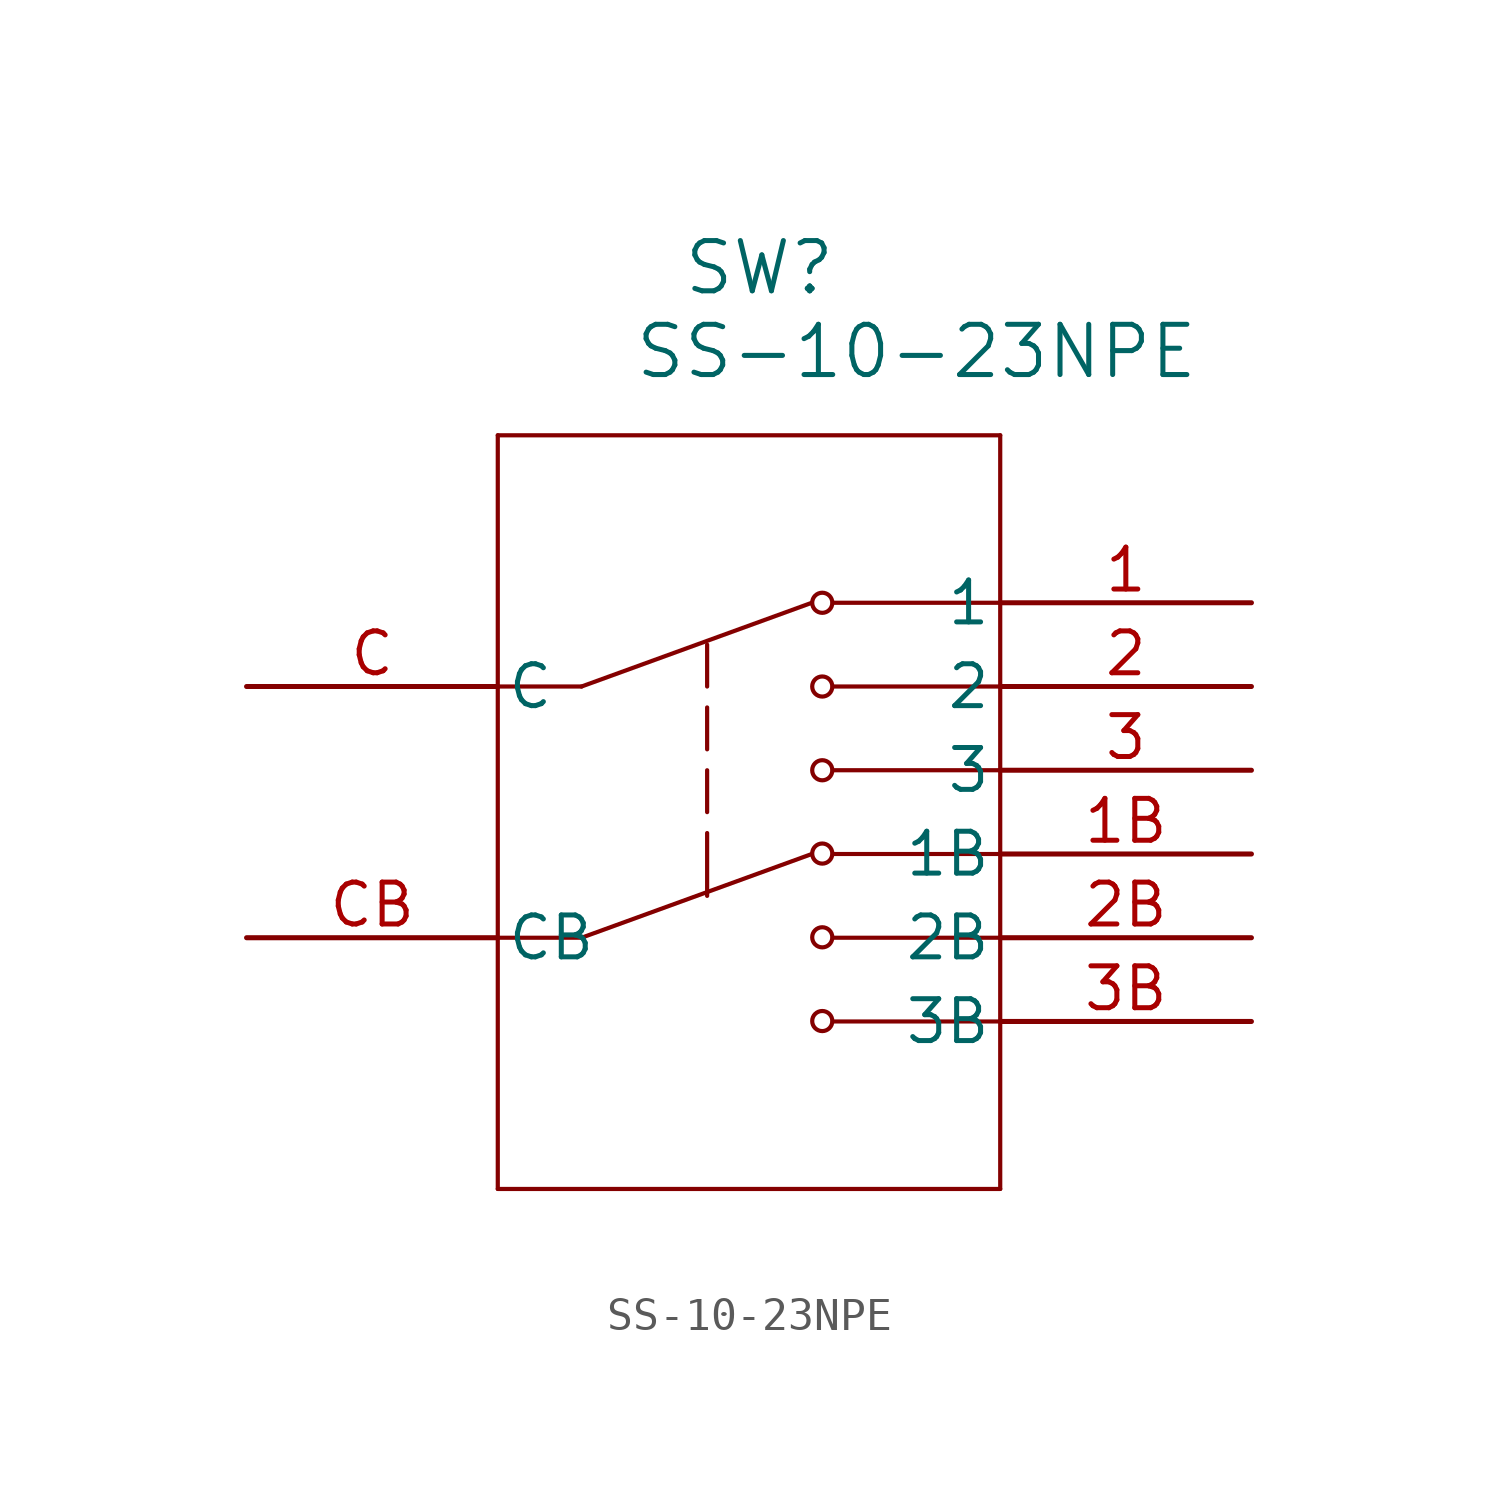
<source format=kicad_sym>
(kicad_symbol_lib
  (version 20211014)
  (generator kicad_symbol_editor)
  (symbol "SS-10-23NPE"
    (pin_names
      (offset 0.254))
    (property "Reference" "SW"
      (at 15.557 12.7 0)
      (effects (font (size 1.524 1.524))))
    (property "Value" "SS-10-23NPE"
      (at 20.32 10.16 0)
      (effects (font (size 1.524 1.524))))
    (symbol "SS-10-23NPE_0_1"
      (polyline (pts (xy 7.62 7.62) (xy 7.62 -15.24)) (stroke (width 0.127) (type default) (color 0 0 0 0)) (fill (type none)))
      (polyline (pts (xy 7.62 -15.24) (xy 22.86 -15.24)) (stroke (width 0.127) (type default) (color 0 0 0 0)) (fill (type none)))
      (polyline (pts (xy 22.86 -15.24) (xy 22.86 7.62)) (stroke (width 0.127) (type default) (color 0 0 0 0)) (fill (type none)))
      (polyline (pts (xy 22.86 7.62) (xy 7.62 7.62)) (stroke (width 0.127) (type default) (color 0 0 0 0)) (fill (type none)))
      (polyline (pts (xy 22.86 2.54) (xy 17.78 2.54)) (stroke (width 0.127) (type default) (color 0 0 0 0)) (fill (type none)))
      (polyline (pts (xy 22.86 0) (xy 17.78 0)) (stroke (width 0.127) (type default) (color 0 0 0 0)) (fill (type none)))
      (polyline (pts (xy 22.86 -2.54) (xy 17.78 -2.54)) (stroke (width 0.127) (type default) (color 0 0 0 0)) (fill (type none)))
      (polyline (pts (xy 22.86 -5.08) (xy 17.78 -5.08)) (stroke (width 0.127) (type default) (color 0 0 0 0)) (fill (type none)))
      (polyline (pts (xy 22.86 -7.62) (xy 17.78 -7.62)) (stroke (width 0.127) (type default) (color 0 0 0 0)) (fill (type none)))
      (polyline (pts (xy 22.86 -10.16) (xy 17.78 -10.16)) (stroke (width 0.127) (type default) (color 0 0 0 0)) (fill (type none)))
      (polyline (pts (xy 7.62 0) (xy 10.16 0)) (stroke (width 0.127) (type default) (color 0 0 0 0)) (fill (type none)))
      (polyline (pts (xy 7.62 -7.62) (xy 10.16 -7.62)) (stroke (width 0.127) (type default) (color 0 0 0 0)) (fill (type none)))
      (polyline (pts (xy 10.16 0) (xy 17.145 2.54)) (stroke (width 0.127) (type default) (color 0 0 0 0)) (fill (type none)))
      (polyline (pts (xy 10.16 -7.62) (xy 17.145 -5.08)) (stroke (width 0.127) (type default) (color 0 0 0 0)) (fill (type none)))
      (polyline (pts (xy 13.97 1.27) (xy 13.97 0)) (stroke (width 0.127) (type default) (color 0 0 0 0)) (fill (type none)))
      (polyline (pts (xy 13.97 -0.635) (xy 13.97 -1.905)) (stroke (width 0.127) (type default) (color 0 0 0 0)) (fill (type none)))
      (polyline (pts (xy 13.97 -2.54) (xy 13.97 -3.81)) (stroke (width 0.127) (type default) (color 0 0 0 0)) (fill (type none)))
      (polyline (pts (xy 13.97 -4.445) (xy 13.97 -6.35)) (stroke (width 0.127) (type default) (color 0 0 0 0)) (fill (type none)))
      (circle (center 17.462 2.54) (radius 0.305) (stroke (width 0.127) (type default) (color 0 0 0 0)) (fill (type none)))
      (circle (center 17.462 0) (radius 0.305) (stroke (width 0.127) (type default) (color 0 0 0 0)) (fill (type none)))
      (circle (center 17.462 -2.54) (radius 0.305) (stroke (width 0.127) (type default) (color 0 0 0 0)) (fill (type none)))
      (circle (center 17.462 -5.067) (radius 0.305) (stroke (width 0.127) (type default) (color 0 0 0 0)) (fill (type none)))
      (circle (center 17.462 -7.607) (radius 0.305) (stroke (width 0.127) (type default) (color 0 0 0 0)) (fill (type none)))
      (circle (center 17.462 -10.147) (radius 0.305) (stroke (width 0.127) (type default) (color 0 0 0 0)) (fill (type none)))
      (pin unspecified line (at 30.48 2.54 180) (length 7.62) (name "1" (effects (font (size 1.27 1.27)))) (number "1" (effects (font (size 1.27 1.27)))))
      (pin unspecified line (at 0 0 0) (length 7.62) (name "C" (effects (font (size 1.27 1.27)))) (number "C" (effects (font (size 1.27 1.27)))))
      (pin unspecified line (at 30.48 0 180) (length 7.62) (name "2" (effects (font (size 1.27 1.27)))) (number "2" (effects (font (size 1.27 1.27)))))
      (pin unspecified line (at 30.48 -2.54 180) (length 7.62) (name "3" (effects (font (size 1.27 1.27)))) (number "3" (effects (font (size 1.27 1.27)))))
      (pin unspecified line (at 30.48 -5.08 180) (length 7.62) (name "1B" (effects (font (size 1.27 1.27)))) (number "1B" (effects (font (size 1.27 1.27)))))
      (pin unspecified line (at 0 -7.62 0) (length 7.62) (name "CB" (effects (font (size 1.27 1.27)))) (number "CB" (effects (font (size 1.27 1.27)))))
      (pin unspecified line (at 30.48 -7.62 180) (length 7.62) (name "2B" (effects (font (size 1.27 1.27)))) (number "2B" (effects (font (size 1.27 1.27)))))
      (pin unspecified line (at 30.48 -10.16 180) (length 7.62) (name "3B" (effects (font (size 1.27 1.27)))) (number "3B" (effects (font (size 1.27 1.27))))))))
</source>
